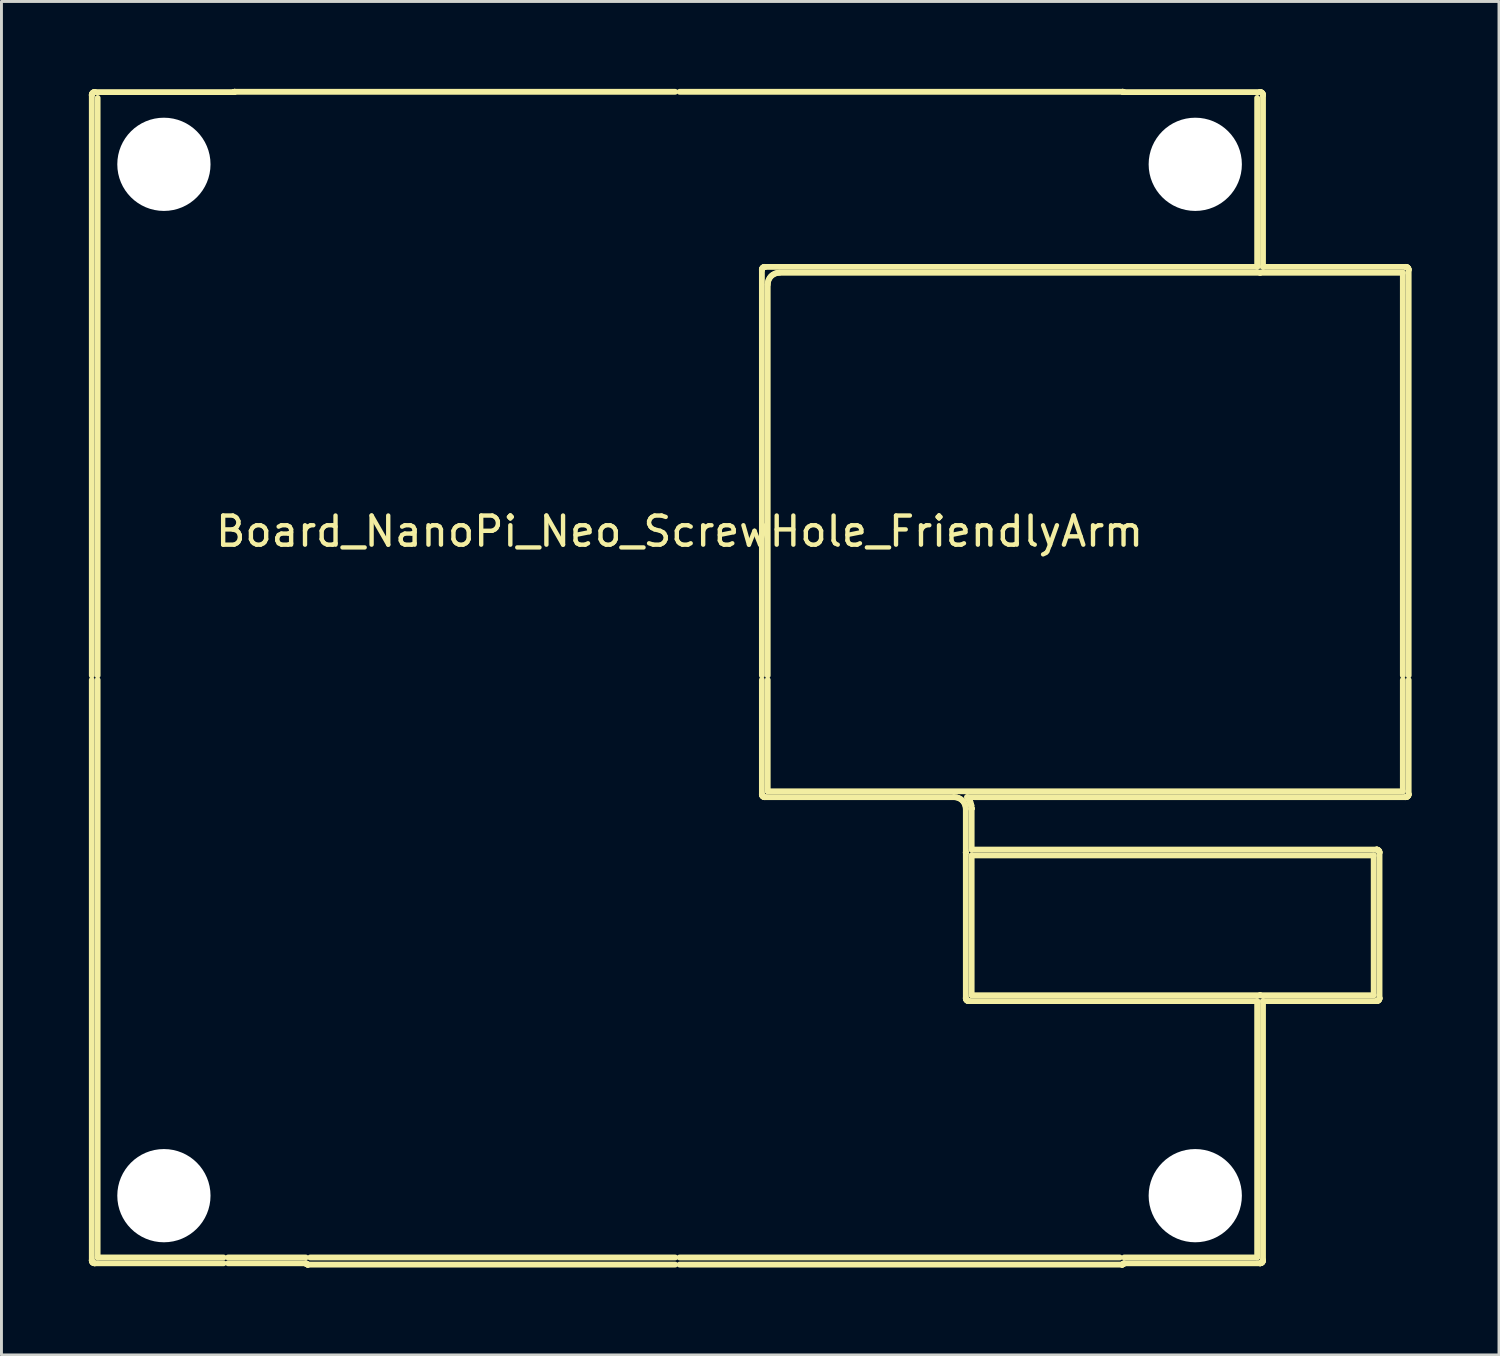
<source format=kicad_pcb>
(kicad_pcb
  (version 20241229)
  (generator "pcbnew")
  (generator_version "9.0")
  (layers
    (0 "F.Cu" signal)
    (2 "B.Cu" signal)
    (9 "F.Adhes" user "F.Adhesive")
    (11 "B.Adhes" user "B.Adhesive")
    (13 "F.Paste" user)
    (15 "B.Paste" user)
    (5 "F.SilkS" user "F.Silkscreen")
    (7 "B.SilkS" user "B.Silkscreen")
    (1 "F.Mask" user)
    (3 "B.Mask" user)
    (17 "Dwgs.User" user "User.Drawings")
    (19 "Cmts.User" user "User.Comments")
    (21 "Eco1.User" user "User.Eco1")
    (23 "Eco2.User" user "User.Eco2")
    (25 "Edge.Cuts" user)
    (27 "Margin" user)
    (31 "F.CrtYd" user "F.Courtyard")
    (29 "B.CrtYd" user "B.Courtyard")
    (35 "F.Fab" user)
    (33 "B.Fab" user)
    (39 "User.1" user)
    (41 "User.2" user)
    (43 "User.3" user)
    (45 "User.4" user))
  (footprint "Board_NanoPi_Neo_ScrewHole_FriendlyArm"
    (layer "F.Cu")
    (at 20.276 20.29)
    (property "Reference" "Board_NanoPi_Neo_ScrewHole_FriendlyArm" (at 0 -5.1 0) (layer "F.SilkS") (effects (font (size 1 1) (thickness 0.15))))
    (attr through_hole)
    (fp_line (start -20.176 -20.079) (end -20.174 -20.099) (stroke (width 0.2) (type solid)) (layer "F.SilkS"))
    (fp_line (start -20.176 19.921) (end -20.175 19.916) (stroke (width 0.2) (type solid)) (layer "F.SilkS"))
    (fp_line (start -20.175 -20.074) (end -20.176 -20.079) (stroke (width 0.2) (type solid)) (layer "F.SilkS"))
    (fp_line (start -20.175 -0.154) (end -20.175 -20.074) (stroke (width 0.2) (type solid)) (layer "F.SilkS"))
    (fp_line (start -20.175 19.916) (end -20.175 -0.004) (stroke (width 0.2) (type solid)) (layer "F.SilkS"))
    (fp_line (start -20.174 -20.099) (end -20.168 -20.118) (stroke (width 0.2) (type solid)) (layer "F.SilkS"))
    (fp_line (start -20.174 19.94) (end -20.176 19.921) (stroke (width 0.2) (type solid)) (layer "F.SilkS"))
    (fp_line (start -20.168 -20.118) (end -20.159 -20.135) (stroke (width 0.2) (type solid)) (layer "F.SilkS"))
    (fp_line (start -20.168 19.959) (end -20.174 19.94) (stroke (width 0.2) (type solid)) (layer "F.SilkS"))
    (fp_line (start -20.159 -20.135) (end -20.146 -20.15) (stroke (width 0.2) (type solid)) (layer "F.SilkS"))
    (fp_line (start -20.159 19.977) (end -20.168 19.959) (stroke (width 0.2) (type solid)) (layer "F.SilkS"))
    (fp_line (start -20.147 19.991) (end -20.159 19.977) (stroke (width 0.2) (type solid)) (layer "F.SilkS"))
    (fp_line (start -20.146 -20.15) (end -20.131 -20.163) (stroke (width 0.2) (type solid)) (layer "F.SilkS"))
    (fp_line (start -20.146 19.992) (end -20.147 19.991) (stroke (width 0.2) (type solid)) (layer "F.SilkS"))
    (fp_line (start -20.131 -20.163) (end -20.114 -20.172) (stroke (width 0.2) (type solid)) (layer "F.SilkS"))
    (fp_line (start -20.131 20.004) (end -20.146 19.992) (stroke (width 0.2) (type solid)) (layer "F.SilkS"))
    (fp_line (start -20.114 -20.172) (end -20.095 -20.178) (stroke (width 0.2) (type solid)) (layer "F.SilkS"))
    (fp_line (start -20.114 20.014) (end -20.131 20.004) (stroke (width 0.2) (type solid)) (layer "F.SilkS"))
    (fp_line (start -20.095 -20.178) (end -20.08 -20.179) (stroke (width 0.2) (type solid)) (layer "F.SilkS"))
    (fp_line (start -20.095 20.019) (end -20.114 20.014) (stroke (width 0.2) (type solid)) (layer "F.SilkS"))
    (fp_line (start -20.08 -20.179) (end -20.075 -20.18) (stroke (width 0.2) (type solid)) (layer "F.SilkS"))
    (fp_line (start -20.075 -20.18) (end -20.07 -20.179) (stroke (width 0.2) (type solid)) (layer "F.SilkS"))
    (fp_line (start -20.075 20.021) (end -20.095 20.019) (stroke (width 0.2) (type solid)) (layer "F.SilkS"))
    (fp_line (start -20.07 -20.179) (end -15.308 -20.179) (stroke (width 0.2) (type solid)) (layer "F.SilkS"))
    (fp_line (start -20.07 20.021) (end -20.075 20.021) (stroke (width 0.2) (type solid)) (layer "F.SilkS"))
    (fp_line (start -19.975 -19.979) (end -19.975 -0.154) (stroke (width 0.2) (type solid)) (layer "F.SilkS"))
    (fp_line (start -19.975 -0.004) (end -19.975 19.821) (stroke (width 0.2) (type solid)) (layer "F.SilkS"))
    (fp_line (start -19.975 19.821) (end -15.65 19.821) (stroke (width 0.2) (type solid)) (layer "F.SilkS"))
    (fp_line (start -15.65 20.021) (end -20.07 20.021) (stroke (width 0.2) (type solid)) (layer "F.SilkS"))
    (fp_line (start -15.5 19.821) (end -12.83 19.821) (stroke (width 0.2) (type solid)) (layer "F.SilkS"))
    (fp_line (start -15.308 -20.179) (end -15.299 -20.184) (stroke (width 0.2) (type solid)) (layer "F.SilkS"))
    (fp_line (start -15.299 -20.184) (end -15.285 -20.188) (stroke (width 0.2) (type solid)) (layer "F.SilkS"))
    (fp_line (start -15.285 -20.188) (end -15.274 -20.189) (stroke (width 0.2) (type solid)) (layer "F.SilkS"))
    (fp_line (start -15.274 -20.189) (end -15.27 -20.19) (stroke (width 0.2) (type solid)) (layer "F.SilkS"))
    (fp_line (start -15.27 -20.19) (end -15.267 -20.189) (stroke (width 0.2) (type solid)) (layer "F.SilkS"))
    (fp_line (start -15.267 -20.189) (end -0.15 -20.189) (stroke (width 0.2) (type solid)) (layer "F.SilkS"))
    (fp_line (start -12.824 20.021) (end -15.5 20.021) (stroke (width 0.2) (type solid)) (layer "F.SilkS"))
    (fp_line (start -12.818 20.033) (end -12.824 20.021) (stroke (width 0.2) (type solid)) (layer "F.SilkS"))
    (fp_line (start -12.809 20.044) (end -12.818 20.033) (stroke (width 0.2) (type solid)) (layer "F.SilkS"))
    (fp_line (start -12.797 20.053) (end -12.809 20.044) (stroke (width 0.2) (type solid)) (layer "F.SilkS"))
    (fp_line (start -12.784 20.06) (end -12.797 20.053) (stroke (width 0.2) (type solid)) (layer "F.SilkS"))
    (fp_line (start -12.77 20.065) (end -12.784 20.06) (stroke (width 0.2) (type solid)) (layer "F.SilkS"))
    (fp_line (start -12.759 20.066) (end -12.77 20.065) (stroke (width 0.2) (type solid)) (layer "F.SilkS"))
    (fp_line (start -12.755 20.066) (end -12.759 20.066) (stroke (width 0.2) (type solid)) (layer "F.SilkS"))
    (fp_line (start -12.752 20.066) (end -12.755 20.066) (stroke (width 0.2) (type solid)) (layer "F.SilkS"))
    (fp_line (start -12.68 19.821) (end -0.15 19.821) (stroke (width 0.2) (type solid)) (layer "F.SilkS"))
    (fp_line (start -0.15 20.066) (end -12.752 20.066) (stroke (width 0.2) (type solid)) (layer "F.SilkS"))
    (fp_line (start 0 -20.189) (end 15.206 -20.189) (stroke (width 0.2) (type solid)) (layer "F.SilkS"))
    (fp_line (start 0 19.821) (end 15.11 19.821) (stroke (width 0.2) (type solid)) (layer "F.SilkS"))
    (fp_line (start 2.824 -14.079) (end 2.826 -14.099) (stroke (width 0.2) (type solid)) (layer "F.SilkS"))
    (fp_line (start 2.824 3.921) (end 2.825 3.916) (stroke (width 0.2) (type solid)) (layer "F.SilkS"))
    (fp_line (start 2.825 -14.074) (end 2.824 -14.079) (stroke (width 0.2) (type solid)) (layer "F.SilkS"))
    (fp_line (start 2.825 -0.154) (end 2.825 -14.074) (stroke (width 0.2) (type solid)) (layer "F.SilkS"))
    (fp_line (start 2.825 3.916) (end 2.825 -0.004) (stroke (width 0.2) (type solid)) (layer "F.SilkS"))
    (fp_line (start 2.826 -14.099) (end 2.832 -14.118) (stroke (width 0.2) (type solid)) (layer "F.SilkS"))
    (fp_line (start 2.826 3.94) (end 2.824 3.921) (stroke (width 0.2) (type solid)) (layer "F.SilkS"))
    (fp_line (start 2.832 -14.118) (end 2.841 -14.135) (stroke (width 0.2) (type solid)) (layer "F.SilkS"))
    (fp_line (start 2.832 3.959) (end 2.826 3.94) (stroke (width 0.2) (type solid)) (layer "F.SilkS"))
    (fp_line (start 2.841 -14.135) (end 2.854 -14.15) (stroke (width 0.2) (type solid)) (layer "F.SilkS"))
    (fp_line (start 2.841 3.977) (end 2.832 3.959) (stroke (width 0.2) (type solid)) (layer "F.SilkS"))
    (fp_line (start 2.854 -14.15) (end 2.869 -14.163) (stroke (width 0.2) (type solid)) (layer "F.SilkS"))
    (fp_line (start 2.854 3.992) (end 2.841 3.977) (stroke (width 0.2) (type solid)) (layer "F.SilkS"))
    (fp_line (start 2.869 -14.163) (end 2.886 -14.172) (stroke (width 0.2) (type solid)) (layer "F.SilkS"))
    (fp_line (start 2.869 4.004) (end 2.854 3.992) (stroke (width 0.2) (type solid)) (layer "F.SilkS"))
    (fp_line (start 2.886 -14.172) (end 2.905 -14.178) (stroke (width 0.2) (type solid)) (layer "F.SilkS"))
    (fp_line (start 2.886 4.014) (end 2.869 4.004) (stroke (width 0.2) (type solid)) (layer "F.SilkS"))
    (fp_line (start 2.905 -14.178) (end 2.914 -14.179) (stroke (width 0.2) (type solid)) (layer "F.SilkS"))
    (fp_line (start 2.905 4.019) (end 2.886 4.014) (stroke (width 0.2) (type solid)) (layer "F.SilkS"))
    (fp_line (start 2.914 -14.179) (end 2.925 -14.18) (stroke (width 0.2) (type solid)) (layer "F.SilkS"))
    (fp_line (start 2.92 4.021) (end 2.905 4.019) (stroke (width 0.2) (type solid)) (layer "F.SilkS"))
    (fp_line (start 2.925 -14.18) (end 2.93 -14.179) (stroke (width 0.2) (type solid)) (layer "F.SilkS"))
    (fp_line (start 2.925 4.021) (end 2.92 4.021) (stroke (width 0.2) (type solid)) (layer "F.SilkS"))
    (fp_line (start 2.93 -14.179) (end 19.825 -14.179) (stroke (width 0.2) (type solid)) (layer "F.SilkS"))
    (fp_line (start 2.93 4.021) (end 2.925 4.021) (stroke (width 0.2) (type solid)) (layer "F.SilkS"))
    (fp_line (start 3.025 -13.574) (end 3.025 -0.154) (stroke (width 0.2) (type solid)) (layer "F.SilkS"))
    (fp_line (start 3.025 -0.004) (end 3.025 3.821) (stroke (width 0.2) (type solid)) (layer "F.SilkS"))
    (fp_line (start 3.025 3.821) (end 24.825 3.821) (stroke (width 0.2) (type solid)) (layer "F.SilkS"))
    (fp_line (start 3.033 -13.657) (end 3.025 -13.574) (stroke (width 0.2) (type solid)) (layer "F.SilkS"))
    (fp_line (start 3.055 -13.731) (end 3.033 -13.657) (stroke (width 0.2) (type solid)) (layer "F.SilkS"))
    (fp_line (start 3.092 -13.8) (end 3.055 -13.731) (stroke (width 0.2) (type solid)) (layer "F.SilkS"))
    (fp_line (start 3.141 -13.861) (end 3.092 -13.8) (stroke (width 0.2) (type solid)) (layer "F.SilkS"))
    (fp_line (start 3.201 -13.91) (end 3.141 -13.861) (stroke (width 0.2) (type solid)) (layer "F.SilkS"))
    (fp_line (start 3.27 -13.947) (end 3.201 -13.91) (stroke (width 0.2) (type solid)) (layer "F.SilkS"))
    (fp_line (start 3.344 -13.971) (end 3.27 -13.947) (stroke (width 0.2) (type solid)) (layer "F.SilkS"))
    (fp_line (start 3.426 -13.979) (end 3.344 -13.971) (stroke (width 0.2) (type solid)) (layer "F.SilkS"))
    (fp_line (start 9.42 4.021) (end 2.93 4.021) (stroke (width 0.2) (type solid)) (layer "F.SilkS"))
    (fp_line (start 9.502 4.029) (end 9.42 4.021) (stroke (width 0.2) (type solid)) (layer "F.SilkS"))
    (fp_line (start 9.577 4.051) (end 9.502 4.029) (stroke (width 0.2) (type solid)) (layer "F.SilkS"))
    (fp_line (start 9.646 4.088) (end 9.577 4.051) (stroke (width 0.2) (type solid)) (layer "F.SilkS"))
    (fp_line (start 9.706 4.137) (end 9.646 4.088) (stroke (width 0.2) (type solid)) (layer "F.SilkS"))
    (fp_line (start 9.756 4.197) (end 9.706 4.137) (stroke (width 0.2) (type solid)) (layer "F.SilkS"))
    (fp_line (start 9.793 4.266) (end 9.756 4.197) (stroke (width 0.2) (type solid)) (layer "F.SilkS"))
    (fp_line (start 9.816 4.34) (end 9.793 4.266) (stroke (width 0.2) (type solid)) (layer "F.SilkS"))
    (fp_line (start 9.824 5.921) (end 9.825 5.916) (stroke (width 0.2) (type solid)) (layer "F.SilkS"))
    (fp_line (start 9.824 10.921) (end 9.825 10.916) (stroke (width 0.2) (type solid)) (layer "F.SilkS"))
    (fp_line (start 9.825 4.423) (end 9.816 4.34) (stroke (width 0.2) (type solid)) (layer "F.SilkS"))
    (fp_line (start 9.825 5.916) (end 9.825 4.423) (stroke (width 0.2) (type solid)) (layer "F.SilkS"))
    (fp_line (start 9.825 5.926) (end 9.824 5.921) (stroke (width 0.2) (type solid)) (layer "F.SilkS"))
    (fp_line (start 9.825 10.916) (end 9.825 5.926) (stroke (width 0.2) (type solid)) (layer "F.SilkS"))
    (fp_line (start 9.826 10.94) (end 9.824 10.921) (stroke (width 0.2) (type solid)) (layer "F.SilkS"))
    (fp_line (start 9.832 10.959) (end 9.826 10.94) (stroke (width 0.2) (type solid)) (layer "F.SilkS"))
    (fp_line (start 9.841 10.977) (end 9.832 10.959) (stroke (width 0.2) (type solid)) (layer "F.SilkS"))
    (fp_line (start 9.854 10.992) (end 9.841 10.977) (stroke (width 0.2) (type solid)) (layer "F.SilkS"))
    (fp_line (start 9.869 4.021) (end 9.916 4.077) (stroke (width 0.2) (type solid)) (layer "F.SilkS"))
    (fp_line (start 9.869 11.004) (end 9.854 10.992) (stroke (width 0.2) (type solid)) (layer "F.SilkS"))
    (fp_line (start 9.886 11.014) (end 9.869 11.004) (stroke (width 0.2) (type solid)) (layer "F.SilkS"))
    (fp_line (start 9.905 11.019) (end 9.886 11.014) (stroke (width 0.2) (type solid)) (layer "F.SilkS"))
    (fp_line (start 9.916 4.077) (end 9.916 4.077) (stroke (width 0.2) (type solid)) (layer "F.SilkS"))
    (fp_line (start 9.916 4.077) (end 9.916 4.077) (stroke (width 0.2) (type solid)) (layer "F.SilkS"))
    (fp_line (start 9.916 4.077) (end 9.917 4.079) (stroke (width 0.2) (type solid)) (layer "F.SilkS"))
    (fp_line (start 9.917 4.079) (end 9.922 4.086) (stroke (width 0.2) (type solid)) (layer "F.SilkS"))
    (fp_line (start 9.92 11.021) (end 9.905 11.019) (stroke (width 0.2) (type solid)) (layer "F.SilkS"))
    (fp_line (start 9.922 4.086) (end 9.927 4.094) (stroke (width 0.2) (type solid)) (layer "F.SilkS"))
    (fp_line (start 9.925 11.021) (end 9.92 11.021) (stroke (width 0.2) (type solid)) (layer "F.SilkS"))
    (fp_line (start 9.927 4.094) (end 9.973 4.179) (stroke (width 0.2) (type solid)) (layer "F.SilkS"))
    (fp_line (start 9.93 11.021) (end 9.925 11.021) (stroke (width 0.2) (type solid)) (layer "F.SilkS"))
    (fp_line (start 9.973 4.179) (end 9.974 4.181) (stroke (width 0.2) (type solid)) (layer "F.SilkS"))
    (fp_line (start 9.974 4.181) (end 9.978 4.189) (stroke (width 0.2) (type solid)) (layer "F.SilkS"))
    (fp_line (start 9.978 4.189) (end 9.981 4.197) (stroke (width 0.2) (type solid)) (layer "F.SilkS"))
    (fp_line (start 9.981 4.197) (end 10.01 4.291) (stroke (width 0.2) (type solid)) (layer "F.SilkS"))
    (fp_line (start 10.01 4.291) (end 10.01 4.292) (stroke (width 0.2) (type solid)) (layer "F.SilkS"))
    (fp_line (start 10.01 4.292) (end 10.012 4.301) (stroke (width 0.2) (type solid)) (layer "F.SilkS"))
    (fp_line (start 10.012 4.301) (end 10.014 4.31) (stroke (width 0.2) (type solid)) (layer "F.SilkS"))
    (fp_line (start 10.014 4.31) (end 10.024 4.407) (stroke (width 0.2) (type solid)) (layer "F.SilkS"))
    (fp_line (start 10.024 4.407) (end 10.024 4.408) (stroke (width 0.2) (type solid)) (layer "F.SilkS"))
    (fp_line (start 10.024 4.408) (end 10.024 4.411) (stroke (width 0.2) (type solid)) (layer "F.SilkS"))
    (fp_line (start 10.024 4.411) (end 10.025 4.416) (stroke (width 0.2) (type solid)) (layer "F.SilkS"))
    (fp_line (start 10.025 4.416) (end 10.025 5.821) (stroke (width 0.2) (type solid)) (layer "F.SilkS"))
    (fp_line (start 10.025 5.821) (end 23.92 5.821) (stroke (width 0.2) (type solid)) (layer "F.SilkS"))
    (fp_line (start 10.025 6.021) (end 10.025 10.821) (stroke (width 0.2) (type solid)) (layer "F.SilkS"))
    (fp_line (start 10.025 10.821) (end 19.92 10.821) (stroke (width 0.2) (type solid)) (layer "F.SilkS"))
    (fp_line (start 15.181 20.066) (end 0 20.066) (stroke (width 0.2) (type solid)) (layer "F.SilkS"))
    (fp_line (start 15.185 20.066) (end 15.181 20.066) (stroke (width 0.2) (type solid)) (layer "F.SilkS"))
    (fp_line (start 15.188 20.066) (end 15.185 20.066) (stroke (width 0.2) (type solid)) (layer "F.SilkS"))
    (fp_line (start 15.199 20.065) (end 15.188 20.066) (stroke (width 0.2) (type solid)) (layer "F.SilkS"))
    (fp_line (start 15.206 -20.189) (end 15.21 -20.19) (stroke (width 0.2) (type solid)) (layer "F.SilkS"))
    (fp_line (start 15.21 -20.19) (end 15.213 -20.189) (stroke (width 0.2) (type solid)) (layer "F.SilkS"))
    (fp_line (start 15.213 -20.189) (end 15.224 -20.188) (stroke (width 0.2) (type solid)) (layer "F.SilkS"))
    (fp_line (start 15.213 20.06) (end 15.199 20.065) (stroke (width 0.2) (type solid)) (layer "F.SilkS"))
    (fp_line (start 15.224 -20.188) (end 15.238 -20.184) (stroke (width 0.2) (type solid)) (layer "F.SilkS"))
    (fp_line (start 15.226 20.053) (end 15.213 20.06) (stroke (width 0.2) (type solid)) (layer "F.SilkS"))
    (fp_line (start 15.238 -20.184) (end 15.247 -20.179) (stroke (width 0.2) (type solid)) (layer "F.SilkS"))
    (fp_line (start 15.238 20.044) (end 15.226 20.053) (stroke (width 0.2) (type solid)) (layer "F.SilkS"))
    (fp_line (start 15.247 -20.179) (end 19.92 -20.179) (stroke (width 0.2) (type solid)) (layer "F.SilkS"))
    (fp_line (start 15.247 20.033) (end 15.238 20.044) (stroke (width 0.2) (type solid)) (layer "F.SilkS"))
    (fp_line (start 15.254 20.021) (end 15.247 20.033) (stroke (width 0.2) (type solid)) (layer "F.SilkS"))
    (fp_line (start 15.26 19.821) (end 19.825 19.821) (stroke (width 0.2) (type solid)) (layer "F.SilkS"))
    (fp_line (start 19.825 -14.179) (end 19.825 -19.979) (stroke (width 0.2) (type solid)) (layer "F.SilkS"))
    (fp_line (start 19.825 11.021) (end 9.93 11.021) (stroke (width 0.2) (type solid)) (layer "F.SilkS"))
    (fp_line (start 19.825 19.821) (end 19.825 11.021) (stroke (width 0.2) (type solid)) (layer "F.SilkS"))
    (fp_line (start 19.92 -20.179) (end 19.925 -20.18) (stroke (width 0.2) (type solid)) (layer "F.SilkS"))
    (fp_line (start 19.92 -13.979) (end 3.426 -13.979) (stroke (width 0.2) (type solid)) (layer "F.SilkS"))
    (fp_line (start 19.92 10.821) (end 19.925 10.82) (stroke (width 0.2) (type solid)) (layer "F.SilkS"))
    (fp_line (start 19.92 20.021) (end 15.254 20.021) (stroke (width 0.2) (type solid)) (layer "F.SilkS"))
    (fp_line (start 19.925 -20.18) (end 19.93 -20.179) (stroke (width 0.2) (type solid)) (layer "F.SilkS"))
    (fp_line (start 19.925 -13.979) (end 19.92 -13.979) (stroke (width 0.2) (type solid)) (layer "F.SilkS"))
    (fp_line (start 19.925 10.82) (end 19.93 10.821) (stroke (width 0.2) (type solid)) (layer "F.SilkS"))
    (fp_line (start 19.925 20.021) (end 19.92 20.021) (stroke (width 0.2) (type solid)) (layer "F.SilkS"))
    (fp_line (start 19.93 -20.179) (end 19.944 -20.178) (stroke (width 0.2) (type solid)) (layer "F.SilkS"))
    (fp_line (start 19.93 -13.979) (end 19.925 -13.979) (stroke (width 0.2) (type solid)) (layer "F.SilkS"))
    (fp_line (start 19.93 10.821) (end 23.825 10.821) (stroke (width 0.2) (type solid)) (layer "F.SilkS"))
    (fp_line (start 19.93 20.021) (end 19.925 20.021) (stroke (width 0.2) (type solid)) (layer "F.SilkS"))
    (fp_line (start 19.944 -20.178) (end 19.963 -20.172) (stroke (width 0.2) (type solid)) (layer "F.SilkS"))
    (fp_line (start 19.944 20.019) (end 19.93 20.021) (stroke (width 0.2) (type solid)) (layer "F.SilkS"))
    (fp_line (start 19.963 -20.172) (end 19.98 -20.163) (stroke (width 0.2) (type solid)) (layer "F.SilkS"))
    (fp_line (start 19.963 20.014) (end 19.944 20.019) (stroke (width 0.2) (type solid)) (layer "F.SilkS"))
    (fp_line (start 19.98 -20.163) (end 19.996 -20.15) (stroke (width 0.2) (type solid)) (layer "F.SilkS"))
    (fp_line (start 19.98 20.004) (end 19.963 20.014) (stroke (width 0.2) (type solid)) (layer "F.SilkS"))
    (fp_line (start 19.996 -20.15) (end 20.008 -20.135) (stroke (width 0.2) (type solid)) (layer "F.SilkS"))
    (fp_line (start 19.996 19.992) (end 19.98 20.004) (stroke (width 0.2) (type solid)) (layer "F.SilkS"))
    (fp_line (start 20.008 -20.135) (end 20.017 -20.118) (stroke (width 0.2) (type solid)) (layer "F.SilkS"))
    (fp_line (start 20.008 19.977) (end 19.996 19.992) (stroke (width 0.2) (type solid)) (layer "F.SilkS"))
    (fp_line (start 20.017 -20.118) (end 20.023 -20.099) (stroke (width 0.2) (type solid)) (layer "F.SilkS"))
    (fp_line (start 20.017 19.959) (end 20.008 19.977) (stroke (width 0.2) (type solid)) (layer "F.SilkS"))
    (fp_line (start 20.023 -20.099) (end 20.025 -20.079) (stroke (width 0.2) (type solid)) (layer "F.SilkS"))
    (fp_line (start 20.023 19.94) (end 20.017 19.959) (stroke (width 0.2) (type solid)) (layer "F.SilkS"))
    (fp_line (start 20.025 -20.079) (end 20.025 -20.074) (stroke (width 0.2) (type solid)) (layer "F.SilkS"))
    (fp_line (start 20.025 -20.074) (end 20.025 -14.179) (stroke (width 0.2) (type solid)) (layer "F.SilkS"))
    (fp_line (start 20.025 -14.179) (end 24.92 -14.179) (stroke (width 0.2) (type solid)) (layer "F.SilkS"))
    (fp_line (start 20.025 11.021) (end 20.025 19.916) (stroke (width 0.2) (type solid)) (layer "F.SilkS"))
    (fp_line (start 20.025 19.916) (end 20.025 19.921) (stroke (width 0.2) (type solid)) (layer "F.SilkS"))
    (fp_line (start 20.025 19.921) (end 20.023 19.94) (stroke (width 0.2) (type solid)) (layer "F.SilkS"))
    (fp_line (start 23.825 6.021) (end 10.025 6.021) (stroke (width 0.2) (type solid)) (layer "F.SilkS"))
    (fp_line (start 23.825 10.821) (end 23.825 6.021) (stroke (width 0.2) (type solid)) (layer "F.SilkS"))
    (fp_line (start 23.92 5.821) (end 23.925 5.82) (stroke (width 0.2) (type solid)) (layer "F.SilkS"))
    (fp_line (start 23.92 11.021) (end 20.025 11.021) (stroke (width 0.2) (type solid)) (layer "F.SilkS"))
    (fp_line (start 23.925 5.82) (end 23.93 5.821) (stroke (width 0.2) (type solid)) (layer "F.SilkS"))
    (fp_line (start 23.925 11.021) (end 23.92 11.021) (stroke (width 0.2) (type solid)) (layer "F.SilkS"))
    (fp_line (start 23.93 5.821) (end 23.944 5.822) (stroke (width 0.2) (type solid)) (layer "F.SilkS"))
    (fp_line (start 23.93 11.021) (end 23.925 11.021) (stroke (width 0.2) (type solid)) (layer "F.SilkS"))
    (fp_line (start 23.944 5.822) (end 23.963 5.828) (stroke (width 0.2) (type solid)) (layer "F.SilkS"))
    (fp_line (start 23.944 11.019) (end 23.93 11.021) (stroke (width 0.2) (type solid)) (layer "F.SilkS"))
    (fp_line (start 23.963 5.828) (end 23.98 5.837) (stroke (width 0.2) (type solid)) (layer "F.SilkS"))
    (fp_line (start 23.963 11.014) (end 23.944 11.019) (stroke (width 0.2) (type solid)) (layer "F.SilkS"))
    (fp_line (start 23.98 5.837) (end 23.996 5.85) (stroke (width 0.2) (type solid)) (layer "F.SilkS"))
    (fp_line (start 23.98 11.004) (end 23.963 11.014) (stroke (width 0.2) (type solid)) (layer "F.SilkS"))
    (fp_line (start 23.996 5.85) (end 24.008 5.865) (stroke (width 0.2) (type solid)) (layer "F.SilkS"))
    (fp_line (start 23.996 10.992) (end 23.98 11.004) (stroke (width 0.2) (type solid)) (layer "F.SilkS"))
    (fp_line (start 24.008 5.865) (end 24.017 5.882) (stroke (width 0.2) (type solid)) (layer "F.SilkS"))
    (fp_line (start 24.008 10.977) (end 23.996 10.992) (stroke (width 0.2) (type solid)) (layer "F.SilkS"))
    (fp_line (start 24.017 5.882) (end 24.023 5.901) (stroke (width 0.2) (type solid)) (layer "F.SilkS"))
    (fp_line (start 24.017 10.959) (end 24.008 10.977) (stroke (width 0.2) (type solid)) (layer "F.SilkS"))
    (fp_line (start 24.023 5.901) (end 24.025 5.921) (stroke (width 0.2) (type solid)) (layer "F.SilkS"))
    (fp_line (start 24.023 10.94) (end 24.017 10.959) (stroke (width 0.2) (type solid)) (layer "F.SilkS"))
    (fp_line (start 24.025 5.921) (end 24.025 5.926) (stroke (width 0.2) (type solid)) (layer "F.SilkS"))
    (fp_line (start 24.025 5.926) (end 24.025 10.916) (stroke (width 0.2) (type solid)) (layer "F.SilkS"))
    (fp_line (start 24.025 10.916) (end 24.025 10.921) (stroke (width 0.2) (type solid)) (layer "F.SilkS"))
    (fp_line (start 24.025 10.921) (end 24.023 10.94) (stroke (width 0.2) (type solid)) (layer "F.SilkS"))
    (fp_line (start 24.825 -13.979) (end 19.93 -13.979) (stroke (width 0.2) (type solid)) (layer "F.SilkS"))
    (fp_line (start 24.825 -0.154) (end 24.825 -13.979) (stroke (width 0.2) (type solid)) (layer "F.SilkS"))
    (fp_line (start 24.825 3.821) (end 24.825 -0.004) (stroke (width 0.2) (type solid)) (layer "F.SilkS"))
    (fp_line (start 24.92 -14.179) (end 24.925 -14.18) (stroke (width 0.2) (type solid)) (layer "F.SilkS"))
    (fp_line (start 24.92 4.021) (end 9.869 4.021) (stroke (width 0.2) (type solid)) (layer "F.SilkS"))
    (fp_line (start 24.925 -14.18) (end 24.935 -14.179) (stroke (width 0.2) (type solid)) (layer "F.SilkS"))
    (fp_line (start 24.925 4.021) (end 24.92 4.021) (stroke (width 0.2) (type solid)) (layer "F.SilkS"))
    (fp_line (start 24.93 4.021) (end 24.925 4.021) (stroke (width 0.2) (type solid)) (layer "F.SilkS"))
    (fp_line (start 24.935 -14.179) (end 24.944 -14.178) (stroke (width 0.2) (type solid)) (layer "F.SilkS"))
    (fp_line (start 24.944 -14.178) (end 24.963 -14.172) (stroke (width 0.2) (type solid)) (layer "F.SilkS"))
    (fp_line (start 24.944 4.019) (end 24.93 4.021) (stroke (width 0.2) (type solid)) (layer "F.SilkS"))
    (fp_line (start 24.963 -14.172) (end 24.98 -14.163) (stroke (width 0.2) (type solid)) (layer "F.SilkS"))
    (fp_line (start 24.963 4.014) (end 24.944 4.019) (stroke (width 0.2) (type solid)) (layer "F.SilkS"))
    (fp_line (start 24.98 -14.163) (end 24.996 -14.15) (stroke (width 0.2) (type solid)) (layer "F.SilkS"))
    (fp_line (start 24.98 4.004) (end 24.963 4.014) (stroke (width 0.2) (type solid)) (layer "F.SilkS"))
    (fp_line (start 24.996 -14.15) (end 25.008 -14.135) (stroke (width 0.2) (type solid)) (layer "F.SilkS"))
    (fp_line (start 24.996 3.992) (end 24.98 4.004) (stroke (width 0.2) (type solid)) (layer "F.SilkS"))
    (fp_line (start 25.008 -14.135) (end 25.017 -14.118) (stroke (width 0.2) (type solid)) (layer "F.SilkS"))
    (fp_line (start 25.008 3.977) (end 24.996 3.992) (stroke (width 0.2) (type solid)) (layer "F.SilkS"))
    (fp_line (start 25.017 -14.118) (end 25.023 -14.099) (stroke (width 0.2) (type solid)) (layer "F.SilkS"))
    (fp_line (start 25.017 3.959) (end 25.008 3.977) (stroke (width 0.2) (type solid)) (layer "F.SilkS"))
    (fp_line (start 25.023 -14.099) (end 25.025 -14.079) (stroke (width 0.2) (type solid)) (layer "F.SilkS"))
    (fp_line (start 25.023 3.94) (end 25.017 3.959) (stroke (width 0.2) (type solid)) (layer "F.SilkS"))
    (fp_line (start 25.025 -14.079) (end 25.025 -14.074) (stroke (width 0.2) (type solid)) (layer "F.SilkS"))
    (fp_line (start 25.025 -14.074) (end 25.025 -0.154) (stroke (width 0.2) (type solid)) (layer "F.SilkS"))
    (fp_line (start 25.025 -0.004) (end 25.025 3.916) (stroke (width 0.2) (type solid)) (layer "F.SilkS"))
    (fp_line (start 25.025 3.916) (end 25.025 3.921) (stroke (width 0.2) (type solid)) (layer "F.SilkS"))
    (fp_line (start 25.025 3.921) (end 25.023 3.94) (stroke (width 0.2) (type solid)) (layer "F.SilkS"))
    (pad "" np_thru_hole circle (at -17.7 -17.7) (size 3.2 3.2) (drill 3.2) (layers "*.Cu" "*.Mask"))
    (pad "" np_thru_hole circle (at -17.7 17.7) (size 3.2 3.2) (drill 3.2) (layers "*.Cu" "*.Mask"))
    (pad "" np_thru_hole circle (at 17.7 -17.7) (size 3.2 3.2) (drill 3.2) (layers "*.Cu" "*.Mask"))
    (pad "" np_thru_hole circle (at 17.7 17.7) (size 3.2 3.2) (drill 3.2) (layers "*.Cu" "*.Mask")))
  (gr_rect
    (start -3 -3)
    (end 48.401 43.456)
    (stroke (width 0.1) (type default))
    (fill no)
    (layer "Edge.Cuts")))
</source>
